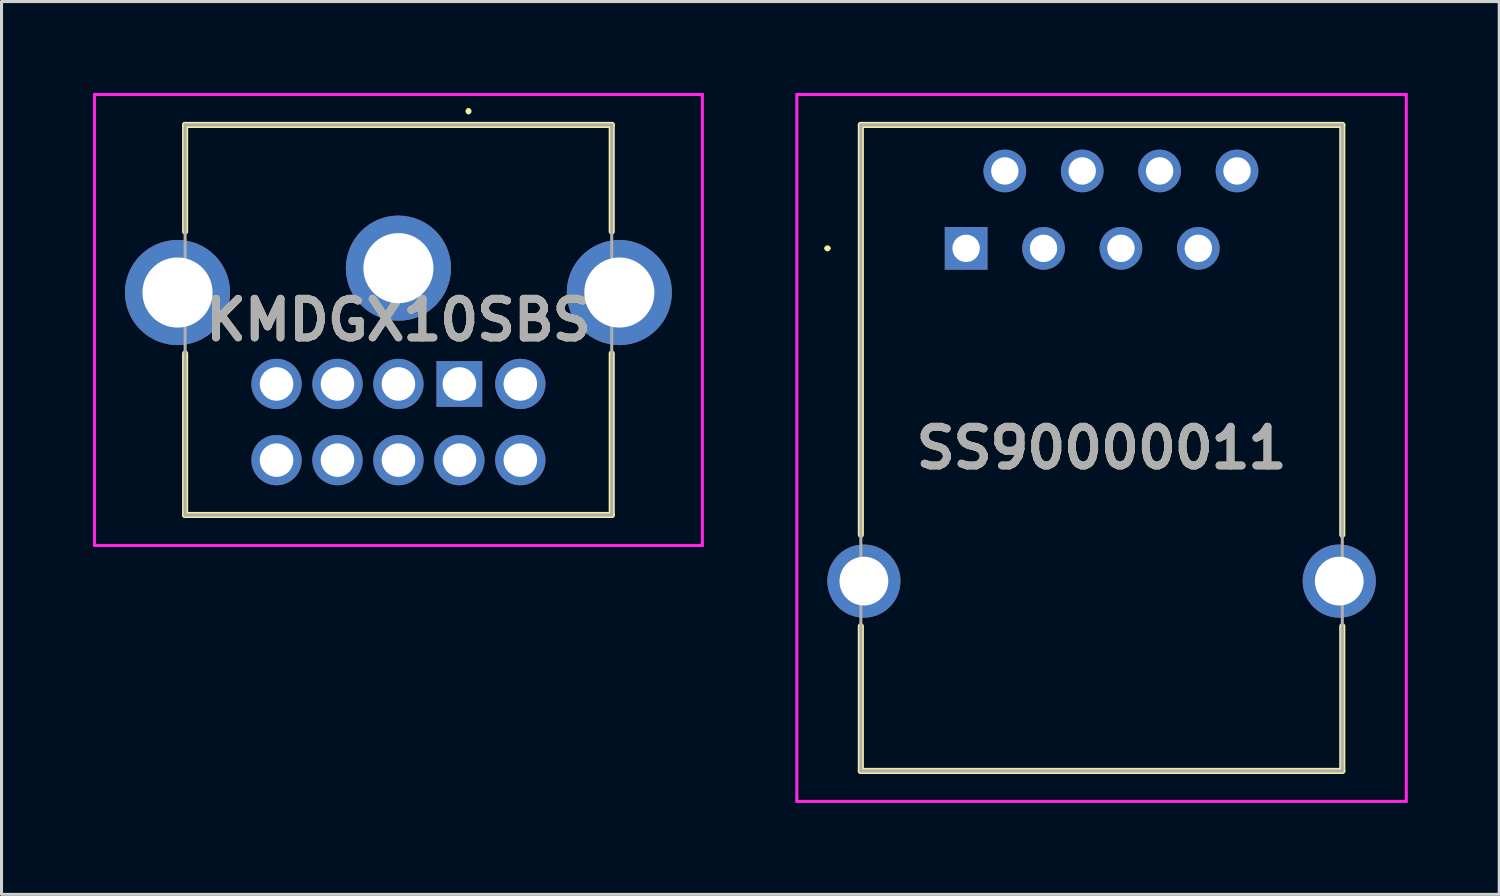
<source format=kicad_pcb>
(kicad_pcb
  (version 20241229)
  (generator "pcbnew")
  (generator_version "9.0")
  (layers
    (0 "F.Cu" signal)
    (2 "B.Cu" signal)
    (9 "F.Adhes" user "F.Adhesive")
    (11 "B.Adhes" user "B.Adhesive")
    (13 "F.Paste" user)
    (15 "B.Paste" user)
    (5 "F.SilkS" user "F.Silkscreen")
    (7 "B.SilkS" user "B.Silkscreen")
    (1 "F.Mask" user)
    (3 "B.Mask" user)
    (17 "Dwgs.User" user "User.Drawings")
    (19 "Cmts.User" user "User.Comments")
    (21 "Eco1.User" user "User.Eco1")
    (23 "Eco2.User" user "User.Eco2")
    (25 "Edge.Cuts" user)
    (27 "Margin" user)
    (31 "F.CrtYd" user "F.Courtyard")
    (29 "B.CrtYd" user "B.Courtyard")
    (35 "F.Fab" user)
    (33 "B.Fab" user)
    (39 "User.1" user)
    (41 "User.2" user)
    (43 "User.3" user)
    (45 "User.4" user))
  (footprint "KMDGX10SBS"
    (layer "F.Cu")
    (at 12.325 9.55)
    (property "Reference" "KMDGX10SBS" (at -2.3 -2.1 0) (layer "F.SilkS") (effects (font (size 1.27 1.27) (thickness 0.254))))
    (attr through_hole)
    (fp_line (start -9.3 -8.5) (end -9.3 -5) (stroke (width 0.2) (type solid)) (layer "F.SilkS"))
    (fp_line (start -9.3 -1) (end -9.3 4.3) (stroke (width 0.2) (type solid)) (layer "F.SilkS"))
    (fp_line (start -9.3 4.3) (end 4.7 4.3) (stroke (width 0.2) (type solid)) (layer "F.SilkS"))
    (fp_line (start 0 -9) (end 0 -9) (stroke (width 0.1) (type solid)) (layer "F.SilkS"))
    (fp_line (start 0 -8.9) (end 0 -8.9) (stroke (width 0.1) (type solid)) (layer "F.SilkS"))
    (fp_line (start 4.7 -8.5) (end -9.3 -8.5) (stroke (width 0.2) (type solid)) (layer "F.SilkS"))
    (fp_line (start 4.7 -5) (end 4.7 -8.5) (stroke (width 0.2) (type solid)) (layer "F.SilkS"))
    (fp_line (start 4.7 4.3) (end 4.7 -1) (stroke (width 0.2) (type solid)) (layer "F.SilkS"))
    (fp_arc (start 0 -9) (mid 0.05 -8.95) (end 0 -8.9) (stroke (width 0.1) (type solid)) (layer "F.SilkS"))
    (fp_arc (start 0 -8.9) (mid -0.05 -8.95) (end 0 -9) (stroke (width 0.1) (type solid)) (layer "F.SilkS"))
    (fp_line (start -12.275 -9.5) (end 7.675 -9.5) (stroke (width 0.1) (type solid)) (layer "F.CrtYd"))
    (fp_line (start -12.275 5.3) (end -12.275 -9.5) (stroke (width 0.1) (type solid)) (layer "F.CrtYd"))
    (fp_line (start 7.675 -9.5) (end 7.675 5.3) (stroke (width 0.1) (type solid)) (layer "F.CrtYd"))
    (fp_line (start 7.675 5.3) (end -12.275 5.3) (stroke (width 0.1) (type solid)) (layer "F.CrtYd"))
    (fp_line (start -9.3 -8.5) (end 4.7 -8.5) (stroke (width 0.1) (type solid)) (layer "F.Fab"))
    (fp_line (start -9.3 4.3) (end -9.3 -8.5) (stroke (width 0.1) (type solid)) (layer "F.Fab"))
    (fp_line (start 4.7 -8.5) (end 4.7 4.3) (stroke (width 0.1) (type solid)) (layer "F.Fab"))
    (fp_line (start 4.7 4.3) (end -9.3 4.3) (stroke (width 0.1) (type solid)) (layer "F.Fab"))
    (fp_text user "${REFERENCE}" (at -2.3 -2.1 0) (layer "F.Fab") (effects (font (size 1.27 1.27) (thickness 0.254))))
    (pad "1" thru_hole rect (at -0.3 0) (size 1.5 1.5) (drill 1.1) (layers "*.Cu" "*.Mask"))
    (pad "2" thru_hole circle (at -2.3 0) (size 1.65 1.65) (drill 1.1) (layers "*.Cu" "*.Mask"))
    (pad "3" thru_hole circle (at -4.3 0) (size 1.65 1.65) (drill 1.1) (layers "*.Cu" "*.Mask"))
    (pad "4" thru_hole circle (at 1.7 0) (size 1.65 1.65) (drill 1.1) (layers "*.Cu" "*.Mask"))
    (pad "5" thru_hole circle (at -0.3 2.5) (size 1.65 1.65) (drill 1.1) (layers "*.Cu" "*.Mask"))
    (pad "6" thru_hole circle (at -2.3 2.5) (size 1.65 1.65) (drill 1.1) (layers "*.Cu" "*.Mask"))
    (pad "7" thru_hole circle (at -6.3 0) (size 1.65 1.65) (drill 1.1) (layers "*.Cu" "*.Mask"))
    (pad "8" thru_hole circle (at 1.7 2.5) (size 1.65 1.65) (drill 1.1) (layers "*.Cu" "*.Mask"))
    (pad "9" thru_hole circle (at -4.3 2.5) (size 1.65 1.65) (drill 1.1) (layers "*.Cu" "*.Mask"))
    (pad "10" thru_hole circle (at -6.3 2.5) (size 1.65 1.65) (drill 1.1) (layers "*.Cu" "*.Mask"))
    (pad "MH1" thru_hole circle (at -2.3 -3.8) (size 3.45 3.45) (drill 2.3) (layers "*.Cu" "*.Mask"))
    (pad "MH2" thru_hole circle (at -9.55 -3) (size 3.45 3.45) (drill 2.3) (layers "*.Cu" "*.Mask"))
    (pad "MH3" thru_hole circle (at 4.95 -3) (size 3.45 3.45) (drill 2.3) (layers "*.Cu" "*.Mask")))
  (footprint "SS90000011"
    (layer "F.Cu")
    (at 28.655 5.1)
    (property "Reference" "SS90000011" (at 4.445 6.55 0) (layer "F.SilkS") (effects (font (size 1.27 1.27) (thickness 0.254))))
    (attr through_hole)
    (fp_line (start -4.6 0) (end -4.6 0) (stroke (width 0.1) (type solid)) (layer "F.SilkS"))
    (fp_line (start -4.5 0) (end -4.5 0) (stroke (width 0.1) (type solid)) (layer "F.SilkS"))
    (fp_line (start -3.455 -4.05) (end 12.345 -4.05) (stroke (width 0.2) (type solid)) (layer "F.SilkS"))
    (fp_line (start -3.455 9.4) (end -3.455 -4.05) (stroke (width 0.2) (type solid)) (layer "F.SilkS"))
    (fp_line (start -3.455 17.15) (end -3.455 12.4) (stroke (width 0.2) (type solid)) (layer "F.SilkS"))
    (fp_line (start 12.345 -4.05) (end 12.345 9.4) (stroke (width 0.2) (type solid)) (layer "F.SilkS"))
    (fp_line (start 12.345 12.4) (end 12.345 17.15) (stroke (width 0.2) (type solid)) (layer "F.SilkS"))
    (fp_line (start 12.345 17.15) (end -3.455 17.15) (stroke (width 0.2) (type solid)) (layer "F.SilkS"))
    (fp_arc (start -4.6 0) (mid -4.55 -0.05) (end -4.5 0) (stroke (width 0.1) (type solid)) (layer "F.SilkS"))
    (fp_arc (start -4.5 0) (mid -4.55 0.05) (end -4.6 0) (stroke (width 0.1) (type solid)) (layer "F.SilkS"))
    (fp_line (start -5.555 -5.05) (end 14.445 -5.05) (stroke (width 0.1) (type solid)) (layer "F.CrtYd"))
    (fp_line (start -5.555 18.15) (end -5.555 -5.05) (stroke (width 0.1) (type solid)) (layer "F.CrtYd"))
    (fp_line (start 14.445 -5.05) (end 14.445 18.15) (stroke (width 0.1) (type solid)) (layer "F.CrtYd"))
    (fp_line (start 14.445 18.15) (end -5.555 18.15) (stroke (width 0.1) (type solid)) (layer "F.CrtYd"))
    (fp_line (start -3.455 -4.05) (end 12.345 -4.05) (stroke (width 0.1) (type solid)) (layer "F.Fab"))
    (fp_line (start -3.455 17.15) (end -3.455 -4.05) (stroke (width 0.1) (type solid)) (layer "F.Fab"))
    (fp_line (start 12.345 -4.05) (end 12.345 17.15) (stroke (width 0.1) (type solid)) (layer "F.Fab"))
    (fp_line (start 12.345 17.15) (end -3.455 17.15) (stroke (width 0.1) (type solid)) (layer "F.Fab"))
    (fp_text user "${REFERENCE}" (at 4.445 6.55 0) (layer "F.Fab") (effects (font (size 1.27 1.27) (thickness 0.254))))
    (pad "" np_thru_hole circle (at -1.27 6.35) (size 0.001 0.001) (drill 3.25) (layers "*.Cu" "*.Mask"))
    (pad "" np_thru_hole circle (at 10.16 6.35) (size 0.001 0.001) (drill 3.25) (layers "*.Cu" "*.Mask"))
    (pad "1" thru_hole rect (at 0 0) (size 1.4 1.4) (drill 0.9) (layers "*.Cu" "*.Mask"))
    (pad "2" thru_hole circle (at 1.27 -2.54) (size 1.4 1.4) (drill 0.9) (layers "*.Cu" "*.Mask"))
    (pad "3" thru_hole circle (at 2.54 0) (size 1.4 1.4) (drill 0.9) (layers "*.Cu" "*.Mask"))
    (pad "4" thru_hole circle (at 3.81 -2.54) (size 1.4 1.4) (drill 0.9) (layers "*.Cu" "*.Mask"))
    (pad "5" thru_hole circle (at 5.08 0) (size 1.4 1.4) (drill 0.9) (layers "*.Cu" "*.Mask"))
    (pad "6" thru_hole circle (at 6.35 -2.54) (size 1.4 1.4) (drill 0.9) (layers "*.Cu" "*.Mask"))
    (pad "7" thru_hole circle (at 7.62 0) (size 1.4 1.4) (drill 0.9) (layers "*.Cu" "*.Mask"))
    (pad "8" thru_hole circle (at 8.89 -2.54) (size 1.4 1.4) (drill 0.9) (layers "*.Cu" "*.Mask"))
    (pad "MH3" thru_hole circle (at -3.355 10.92) (size 2.4 2.4) (drill 1.6) (layers "*.Cu" "*.Mask"))
    (pad "MH4" thru_hole circle (at 12.245 10.92) (size 2.4 2.4) (drill 1.6) (layers "*.Cu" "*.Mask")))
  (gr_rect
    (start -3 -3)
    (end 46.15 26.3)
    (stroke (width 0.1) (type default))
    (fill no)
    (layer "Edge.Cuts")))
</source>
